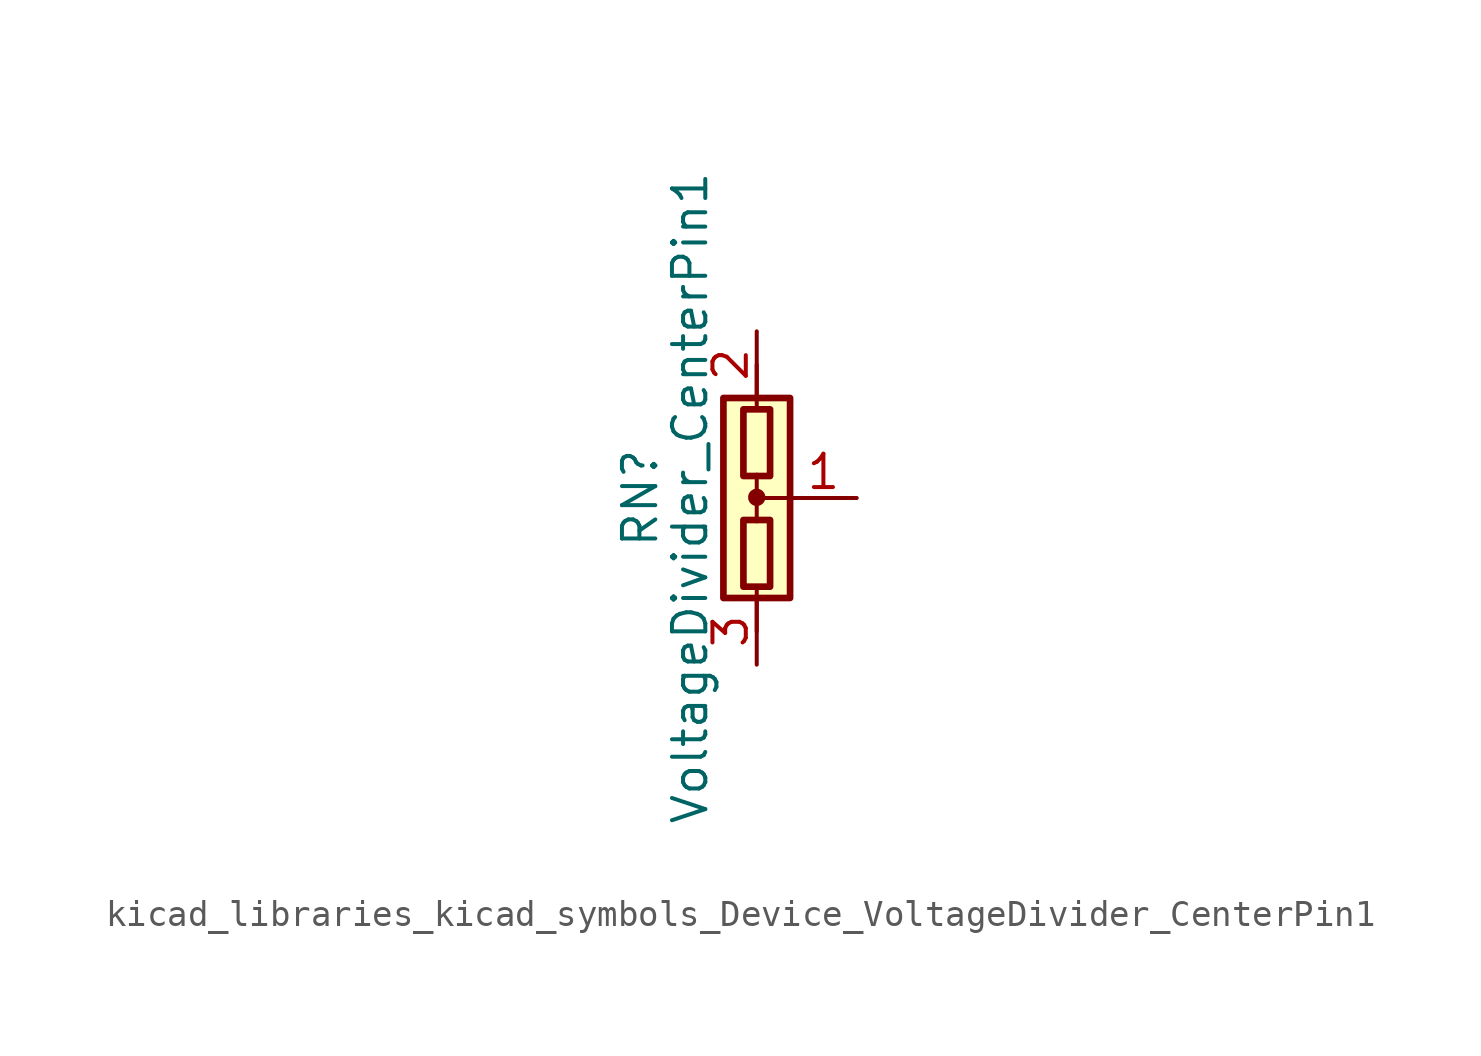
<source format=kicad_sym>
(kicad_symbol_lib
  (version 20220914)
  (generator kicad_symbol_editor)
  (symbol "kicad_libraries_kicad_symbols_Device_VoltageDivider_CenterPin1"
    (pin_names
      (offset 0) hide)
    (property "Reference" "RN"
      (at -4.445 0 90)
      (effects (font (size 1.27 1.27))))
    (property "Value" "VoltageDivider_CenterPin1"
      (at -2.54 0 90)
      (effects (font (size 1.27 1.27))))
    (symbol "kicad_libraries_kicad_symbols_Device_VoltageDivider_CenterPin1_0_1"
      (rectangle (start -1.27 -3.81) (end 1.27 3.81) (stroke (width 0.254) (type default)) (fill (type background)))
      (rectangle (start -0.508 -3.378) (end 0.508 -0.838) (stroke (width 0.254) (type default)) (fill (type none)))
      (rectangle (start -0.508 3.378) (end 0.508 0.838) (stroke (width 0.254) (type default)) (fill (type none)))
      (polyline (pts (xy 0 -5.08) (xy 0 -3.429)) (stroke (width 0) (type default)) (fill (type none)))
      (polyline (pts (xy 0 0.889) (xy 0 -0.889)) (stroke (width 0) (type default)) (fill (type none)))
      (polyline (pts (xy 0 5.08) (xy 0 3.378)) (stroke (width 0) (type default)) (fill (type none)))
      (polyline (pts (xy 1.27 0) (xy 0 0)) (stroke (width 0) (type default)) (fill (type none)))
      (circle (center 0 0.025) (radius 0.254) (stroke (width 0) (type default)) (fill (type outline))))
    (symbol "kicad_libraries_kicad_symbols_Device_VoltageDivider_CenterPin1_1_1"
      (pin passive line (at 3.81 0 180) (length 2.54) (name "~" (effects (font (size 1.27 1.27)))) (number "1" (effects (font (size 1.27 1.27)))))
      (pin passive line (at 0 6.35 270) (length 2.54) (name "~" (effects (font (size 1.27 1.27)))) (number "2" (effects (font (size 1.27 1.27)))))
      (pin passive line (at 0 -6.35 90) (length 2.54) (name "~" (effects (font (size 1.27 1.27)))) (number "3" (effects (font (size 1.27 1.27))))))))
</source>
